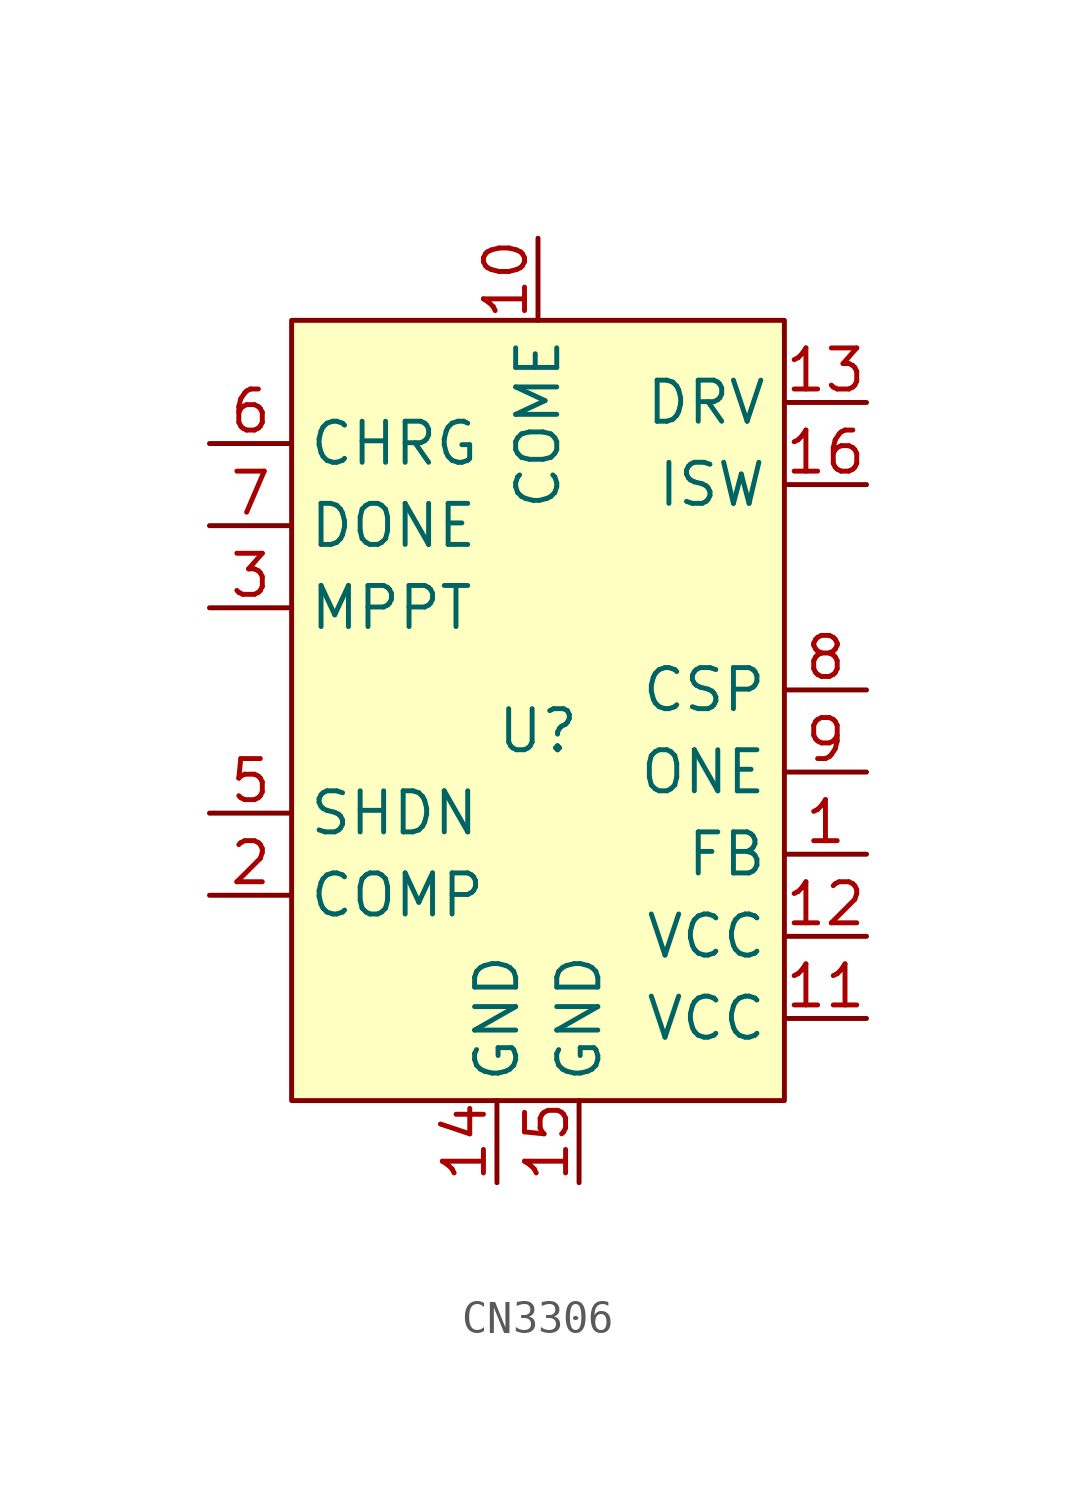
<source format=kicad_sym>
(kicad_symbol_lib
  (version 20220914)
  (generator kicad_symbol_editor)
  (symbol "CN3306"
    (property "Reference" "U"
      (at 5.08 -5.08 0)
      (effects (font (size 1.27 1.27))))
    (property "Value" ""
      (at 0 0 0)
      (effects (font (size 1.27 1.27))))
    (symbol "CN3306_1_1"
      (rectangle (start -2.54 7.62) (end 12.7 -16.51) (stroke (width 0) (type default)) (fill (type background)))
      (pin input line (at 15.24 -8.89 180) (length 2.54) (name "FB" (effects (font (size 1.27 1.27)))) (number "1" (effects (font (size 1.27 1.27)))))
      (pin input line (at 5.08 10.16 270) (length 2.54) (name "COME" (effects (font (size 1.27 1.27)))) (number "10" (effects (font (size 1.27 1.27)))))
      (pin input line (at 15.24 -13.97 180) (length 2.54) (name "VCC" (effects (font (size 1.27 1.27)))) (number "11" (effects (font (size 1.27 1.27)))))
      (pin input line (at 15.24 -11.43 180) (length 2.54) (name "VCC" (effects (font (size 1.27 1.27)))) (number "12" (effects (font (size 1.27 1.27)))))
      (pin input line (at 15.24 5.08 180) (length 2.54) (name "DRV" (effects (font (size 1.27 1.27)))) (number "13" (effects (font (size 1.27 1.27)))))
      (pin input line (at 3.81 -19.05 90) (length 2.54) (name "GND" (effects (font (size 1.27 1.27)))) (number "14" (effects (font (size 1.27 1.27)))))
      (pin input line (at 6.35 -19.05 90) (length 2.54) (name "GND" (effects (font (size 1.27 1.27)))) (number "15" (effects (font (size 1.27 1.27)))))
      (pin input line (at 15.24 2.54 180) (length 2.54) (name "ISW" (effects (font (size 1.27 1.27)))) (number "16" (effects (font (size 1.27 1.27)))))
      (pin input line (at -5.08 -10.16 0) (length 2.54) (name "COMP" (effects (font (size 1.27 1.27)))) (number "2" (effects (font (size 1.27 1.27)))))
      (pin input line (at -5.08 -1.27 0) (length 2.54) (name "MPPT" (effects (font (size 1.27 1.27)))) (number "3" (effects (font (size 1.27 1.27)))))
      (pin input line (at -5.08 -7.62 0) (length 2.54) (name "SHDN" (effects (font (size 1.27 1.27)))) (number "5" (effects (font (size 1.27 1.27)))))
      (pin input line (at -5.08 3.81 0) (length 2.54) (name "CHRG" (effects (font (size 1.27 1.27)))) (number "6" (effects (font (size 1.27 1.27)))))
      (pin input line (at -5.08 1.27 0) (length 2.54) (name "DONE" (effects (font (size 1.27 1.27)))) (number "7" (effects (font (size 1.27 1.27)))))
      (pin input line (at 15.24 -3.81 180) (length 2.54) (name "CSP" (effects (font (size 1.27 1.27)))) (number "8" (effects (font (size 1.27 1.27)))))
      (pin input line (at 15.24 -6.35 180) (length 2.54) (name "ONE" (effects (font (size 1.27 1.27)))) (number "9" (effects (font (size 1.27 1.27))))))))
</source>
